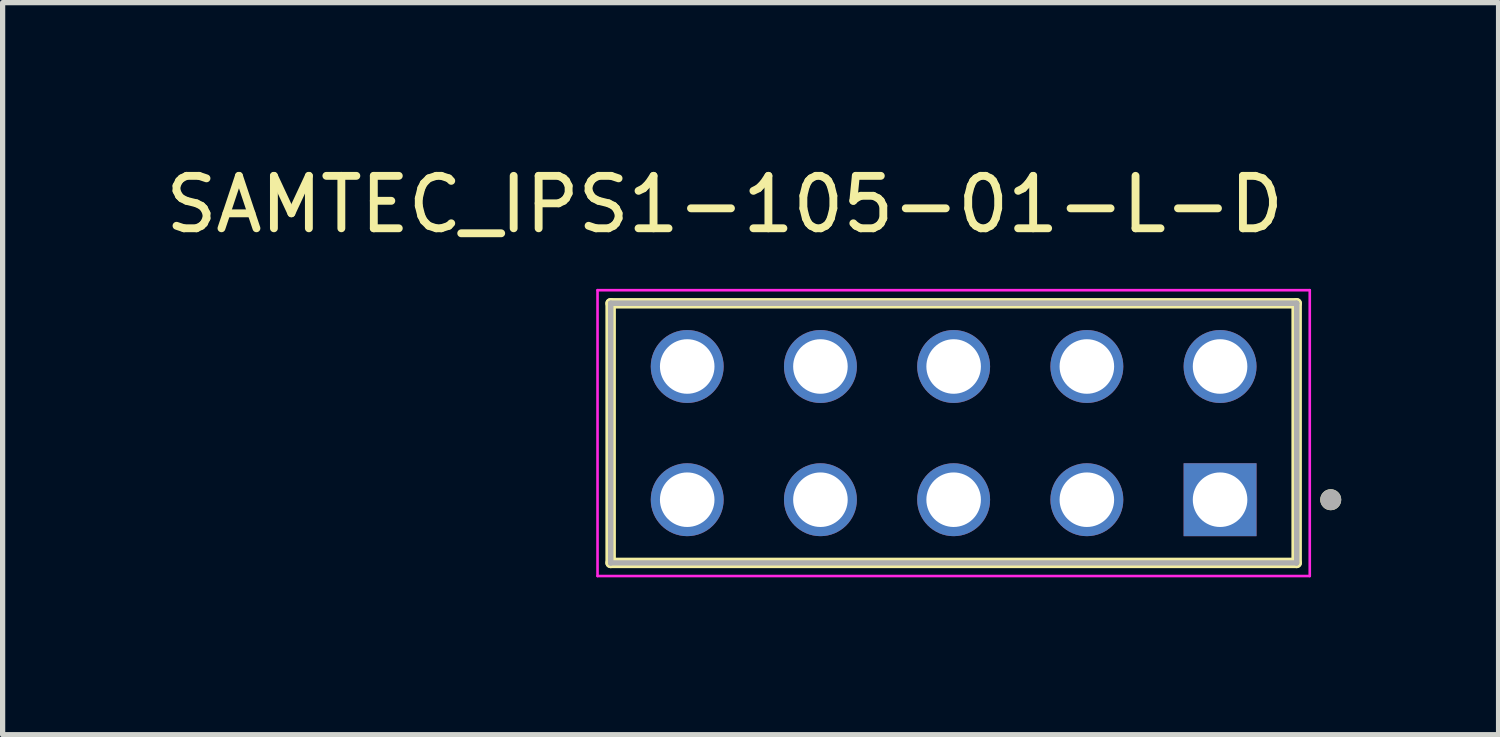
<source format=kicad_pcb>
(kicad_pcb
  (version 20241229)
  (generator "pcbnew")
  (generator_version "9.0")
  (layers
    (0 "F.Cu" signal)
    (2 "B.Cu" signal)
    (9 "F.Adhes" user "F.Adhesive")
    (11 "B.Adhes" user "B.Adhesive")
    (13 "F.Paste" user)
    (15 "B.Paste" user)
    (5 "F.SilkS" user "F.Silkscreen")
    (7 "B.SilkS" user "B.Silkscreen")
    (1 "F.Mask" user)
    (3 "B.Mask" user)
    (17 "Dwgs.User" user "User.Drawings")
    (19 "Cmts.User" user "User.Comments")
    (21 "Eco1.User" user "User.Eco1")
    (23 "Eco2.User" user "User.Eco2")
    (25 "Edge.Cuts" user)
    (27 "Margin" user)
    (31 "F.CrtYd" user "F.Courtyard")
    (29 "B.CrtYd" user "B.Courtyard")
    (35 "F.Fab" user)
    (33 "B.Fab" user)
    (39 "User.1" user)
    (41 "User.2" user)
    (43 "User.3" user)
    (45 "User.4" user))
  (footprint "SAMTEC_IPS1-105-01-L-D"
    (layer "F.Cu")
    (at 15.133 5.208)
    (property "Reference" "SAMTEC_IPS1-105-01-L-D" (at -4.365 -4.36 0) (layer "F.SilkS") (effects (font (size 1 1) (thickness 0.15))))
    (attr through_hole)
    (fp_line (start -6.54 2.475) (end -6.54 -2.475) (stroke (width 0.2) (type solid)) (layer "F.SilkS"))
    (fp_line (start 6.54 -2.475) (end -6.54 -2.475) (stroke (width 0.2) (type solid)) (layer "F.SilkS"))
    (fp_line (start 6.54 -2.475) (end 6.54 2.475) (stroke (width 0.2) (type solid)) (layer "F.SilkS"))
    (fp_line (start 6.54 2.475) (end -6.54 2.475) (stroke (width 0.2) (type solid)) (layer "F.SilkS"))
    (fp_circle (center 7.19 1.27) (end 7.29 1.27) (stroke (width 0.2) (type solid)) (fill no) (layer "F.SilkS"))
    (fp_line (start -6.79 -2.725) (end 6.79 -2.725) (stroke (width 0.05) (type solid)) (layer "F.CrtYd"))
    (fp_line (start -6.79 2.725) (end -6.79 -2.725) (stroke (width 0.05) (type solid)) (layer "F.CrtYd"))
    (fp_line (start 6.79 -2.725) (end 6.79 2.725) (stroke (width 0.05) (type solid)) (layer "F.CrtYd"))
    (fp_line (start 6.79 2.725) (end -6.79 2.725) (stroke (width 0.05) (type solid)) (layer "F.CrtYd"))
    (fp_line (start -6.54 -2.475) (end 6.54 -2.475) (stroke (width 0.1) (type solid)) (layer "F.Fab"))
    (fp_line (start -6.54 -2.475) (end 6.54 -2.475) (stroke (width 0.1) (type solid)) (layer "F.Fab"))
    (fp_line (start -6.54 2.475) (end -6.54 -2.475) (stroke (width 0.1) (type solid)) (layer "F.Fab"))
    (fp_line (start -6.54 2.475) (end -6.54 -2.475) (stroke (width 0.1) (type solid)) (layer "F.Fab"))
    (fp_line (start 6.54 -2.475) (end 6.54 2.475) (stroke (width 0.1) (type solid)) (layer "F.Fab"))
    (fp_line (start 6.54 -2.475) (end 6.54 2.475) (stroke (width 0.1) (type solid)) (layer "F.Fab"))
    (fp_line (start 6.54 2.475) (end -6.54 2.475) (stroke (width 0.1) (type solid)) (layer "F.Fab"))
    (fp_circle (center 7.19 1.27) (end 7.29 1.27) (stroke (width 0.2) (type solid)) (fill no) (layer "F.Fab"))
    (pad "01" thru_hole rect (at 5.08 1.27) (size 1.39 1.39) (drill 1.04) (layers "*.Cu" "*.Mask"))
    (pad "02" thru_hole circle (at 5.08 -1.27) (size 1.39 1.39) (drill 1.04) (layers "*.Cu" "*.Mask"))
    (pad "03" thru_hole circle (at 2.54 1.27) (size 1.39 1.39) (drill 1.04) (layers "*.Cu" "*.Mask"))
    (pad "04" thru_hole circle (at 2.54 -1.27) (size 1.39 1.39) (drill 1.04) (layers "*.Cu" "*.Mask"))
    (pad "05" thru_hole circle (at 0 1.27) (size 1.39 1.39) (drill 1.04) (layers "*.Cu" "*.Mask"))
    (pad "06" thru_hole circle (at 0 -1.27) (size 1.39 1.39) (drill 1.04) (layers "*.Cu" "*.Mask"))
    (pad "07" thru_hole circle (at -2.54 1.27) (size 1.39 1.39) (drill 1.04) (layers "*.Cu" "*.Mask"))
    (pad "08" thru_hole circle (at -2.54 -1.27) (size 1.39 1.39) (drill 1.04) (layers "*.Cu" "*.Mask"))
    (pad "09" thru_hole circle (at -5.08 1.27) (size 1.39 1.39) (drill 1.04) (layers "*.Cu" "*.Mask"))
    (pad "10" thru_hole circle (at -5.08 -1.27) (size 1.39 1.39) (drill 1.04) (layers "*.Cu" "*.Mask")))
  (gr_rect
    (start -3 -3)
    (end 25.523 10.958)
    (stroke (width 0.1) (type default))
    (fill no)
    (layer "Edge.Cuts")))
</source>
